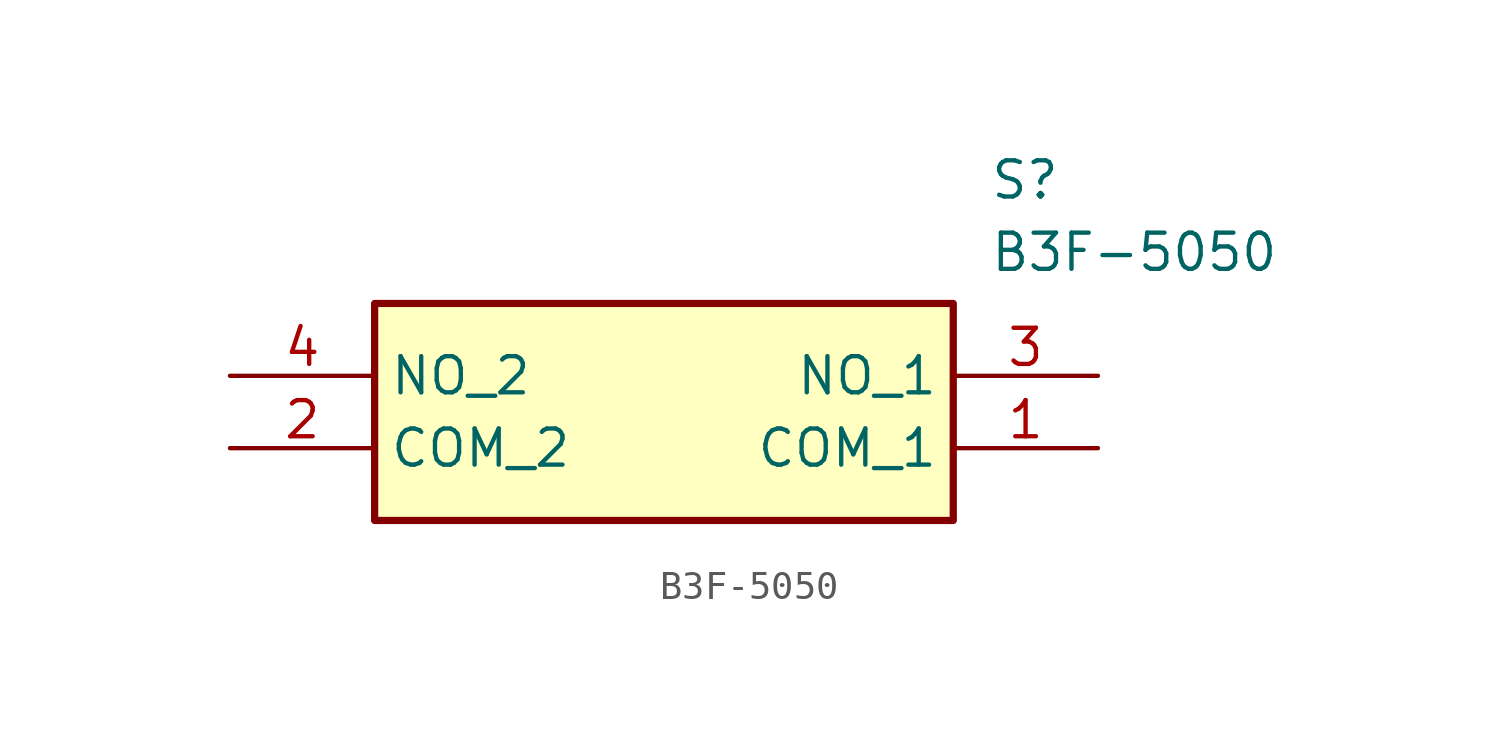
<source format=kicad_sym>
(kicad_symbol_lib
  (version 20211014)
  (generator SamacSys_ECAD_Model)
  (symbol "B3F-5050"
    (property "Reference" "S"
      (at 26.67 7.62 0)
      (effects (font (size 1.27 1.27)) (justify left top)))
    (property "Value" "B3F-5050"
      (at 26.67 5.08 0)
      (effects (font (size 1.27 1.27)) (justify left top)))
    (rectangle
      (start 5.08 2.54)
      (end 25.4 -5.08)
      (stroke (width 0.254) (type default))
      (fill (type background)))
    (pin passive line
      (at 30.48 -2.54 180)
      (length 5.08)
      (name "COM_1" (effects (font (size 1.27 1.27))))
      (number "1" (effects (font (size 1.27 1.27)))))
    (pin passive line
      (at 0 -2.54 0)
      (length 5.08)
      (name "COM_2" (effects (font (size 1.27 1.27))))
      (number "2" (effects (font (size 1.27 1.27)))))
    (pin passive line
      (at 30.48 0 180)
      (length 5.08)
      (name "NO_1" (effects (font (size 1.27 1.27))))
      (number "3" (effects (font (size 1.27 1.27)))))
    (pin passive line
      (at 0 0 0)
      (length 5.08)
      (name "NO_2" (effects (font (size 1.27 1.27))))
      (number "4" (effects (font (size 1.27 1.27)))))))
</source>
